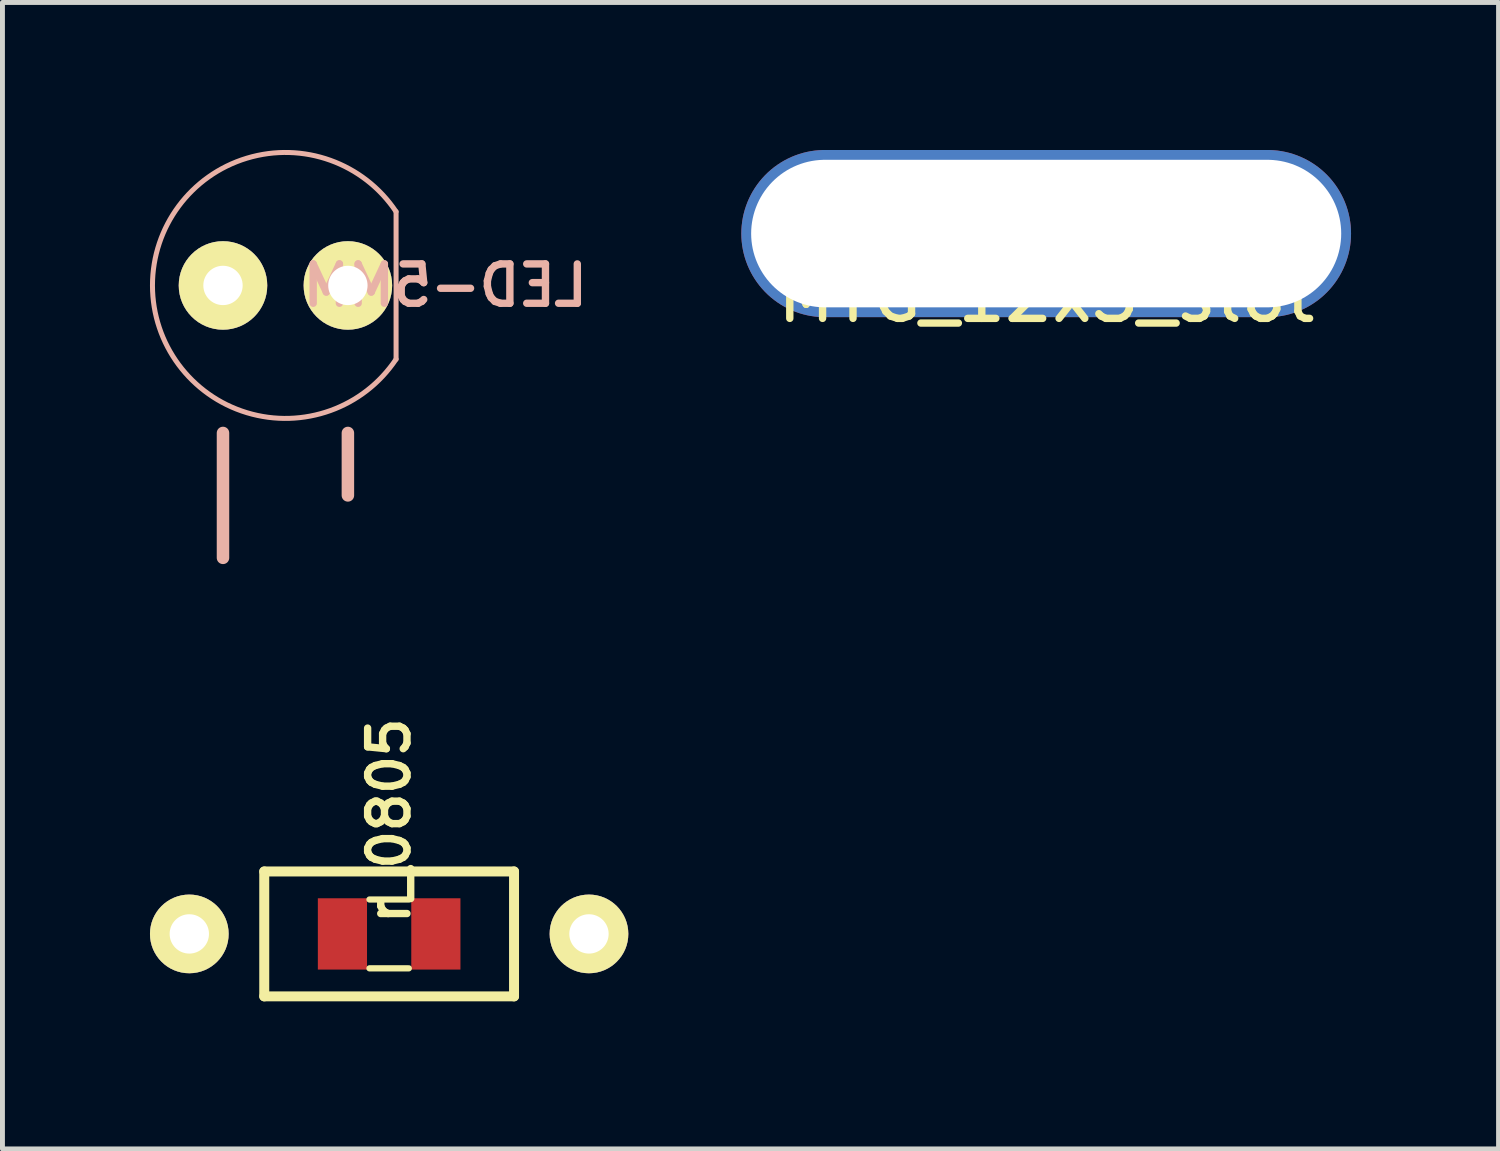
<source format=kicad_pcb>
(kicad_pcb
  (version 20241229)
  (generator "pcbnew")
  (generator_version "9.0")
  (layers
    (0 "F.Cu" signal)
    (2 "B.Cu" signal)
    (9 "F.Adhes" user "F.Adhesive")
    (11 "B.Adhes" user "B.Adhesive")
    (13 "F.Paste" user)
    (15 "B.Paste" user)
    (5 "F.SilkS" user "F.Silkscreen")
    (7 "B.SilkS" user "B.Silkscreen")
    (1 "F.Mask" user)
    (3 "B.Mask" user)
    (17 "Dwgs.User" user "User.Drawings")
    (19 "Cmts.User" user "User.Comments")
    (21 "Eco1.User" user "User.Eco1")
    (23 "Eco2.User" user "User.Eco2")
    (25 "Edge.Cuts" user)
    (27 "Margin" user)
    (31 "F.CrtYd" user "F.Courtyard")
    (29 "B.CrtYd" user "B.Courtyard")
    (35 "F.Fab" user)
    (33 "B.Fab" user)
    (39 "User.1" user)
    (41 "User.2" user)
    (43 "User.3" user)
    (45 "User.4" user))
  (footprint "MTG_12x3_slot"
    (layer "F.Cu")
    (at 18.226 1.7)
    (property "Reference" "MTG_12x3_slot" (at 0 1.27 0) (layer "F.SilkS") (effects (font (size 1 1) (thickness 0.15))))
    (attr through_hole)
    (pad "1" thru_hole oval (at 0 0) (size 12.4 3.4) (drill oval 12 3) (layers "*.Cu" "*.Mask")))
  (footprint "r_0805"
    (layer "F.Cu")
    (at 4.864 15.943)
    (property "Reference" "r_0805" (at 0 -2.3 90) (layer "F.SilkS") (effects (font (size 0.8 0.8) (thickness 0.15) (bold yes))))
    (attr smd)
    (fp_line (start -2.54 -1.27) (end -2.54 1.27) (stroke (width 0.203) (type solid)) (layer "F.SilkS"))
    (fp_line (start -2.54 1.27) (end 2.54 1.27) (stroke (width 0.203) (type solid)) (layer "F.SilkS"))
    (fp_line (start -0.4 -0.7) (end 0.4 -0.7) (stroke (width 0.127) (type solid)) (layer "F.SilkS"))
    (fp_line (start 0.4 0.7) (end -0.4 0.7) (stroke (width 0.127) (type solid)) (layer "F.SilkS"))
    (fp_line (start 2.54 -1.27) (end -2.54 -1.27) (stroke (width 0.203) (type solid)) (layer "F.SilkS"))
    (fp_line (start 2.54 1.27) (end 2.54 -1.27) (stroke (width 0.203) (type solid)) (layer "F.SilkS"))
    (pad "1" thru_hole circle (at -4.064 0 180) (size 1.6 1.6) (drill 0.8) (layers "*.Cu" "*.Mask" "F.SilkS"))
    (pad "1" smd rect (at -0.95 0 180) (size 1 1.45) (layers "F.Cu" "F.Mask" "F.Paste"))
    (pad "2" smd rect (at 0.95 0 180) (size 1 1.45) (layers "F.Cu" "F.Mask" "F.Paste"))
    (pad "2" thru_hole circle (at 4.064 0 180) (size 1.6 1.6) (drill 0.8) (layers "*.Cu" "*.Mask" "F.SilkS")))
  (footprint "LED-5MM"
    (layer "F.Cu")
    (at 2.755 2.755)
    (property "Reference" "LED-5MM" (at 3.25 0 0) (layer "B.SilkS") (effects (font (size 0.8 0.8) (thickness 0.15)) (justify mirror)))
    (attr through_hole)
    (fp_line (start -1.27 3) (end -1.27 5.54) (stroke (width 0.254) (type solid)) (layer "B.SilkS"))
    (fp_line (start 1.27 3) (end 1.27 4.27) (stroke (width 0.254) (type solid)) (layer "B.SilkS"))
    (fp_line (start 2.25 -1.5) (end 2.25 1.5) (stroke (width 0.102) (type solid)) (layer "B.SilkS"))
    (fp_arc (start 2.25 1.5) (mid -2.704163 0.000469) (end 2.24948 -1.50078) (stroke (width 0.1016) (type solid)) (layer "B.SilkS"))
    (pad "1" thru_hole circle (at -1.27 0) (size 1.8 1.8) (drill 0.8) (layers "*.Cu" "*.Mask" "F.SilkS"))
    (pad "2" thru_hole circle (at 1.27 0) (size 1.8 1.8) (drill 0.8) (layers "*.Cu" "*.Mask" "F.SilkS")))
  (gr_rect
    (start -3 -3)
    (end 27.426 20.315)
    (stroke (width 0.1) (type default))
    (fill no)
    (layer "Edge.Cuts")))
</source>
